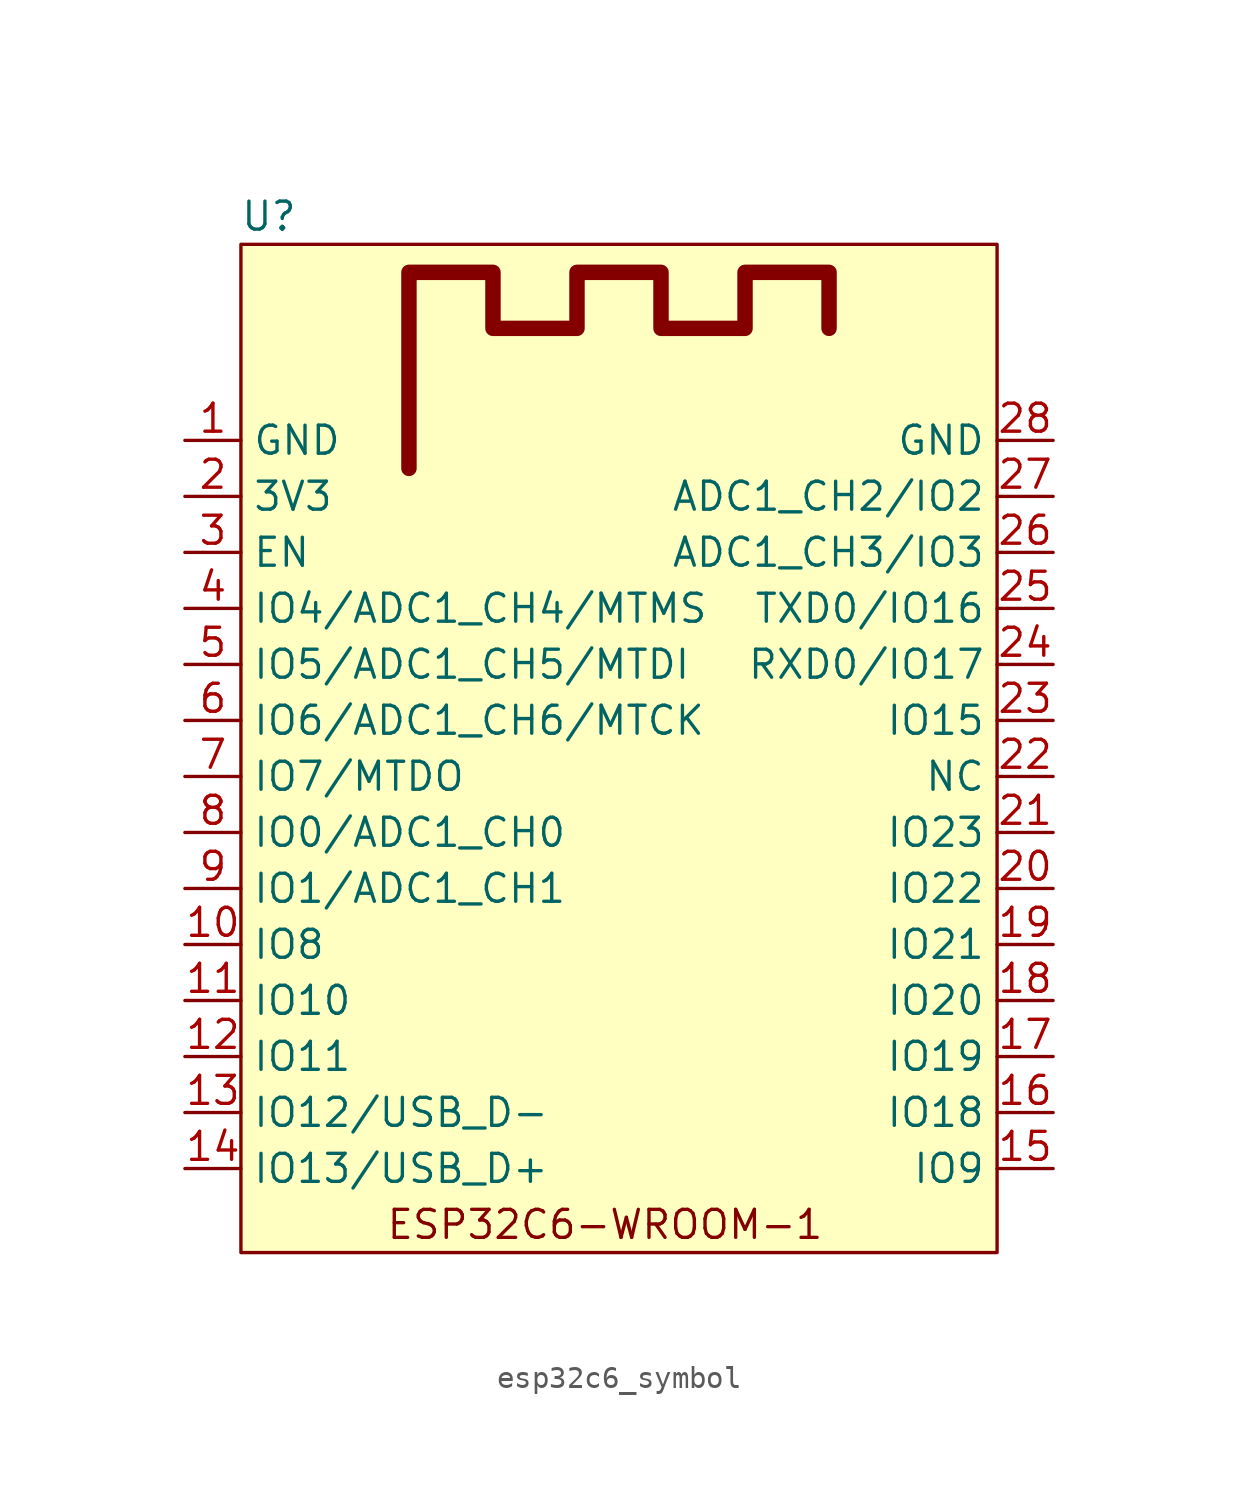
<source format=kicad_sym>
(kicad_symbol_lib
  (version 20220914)
  (generator kicad_symbol_editor)
  (symbol "esp32c6_symbol"
    (property "Reference" "U"
      (at 58.42 88.9 0)
      (effects (font (size 1.27 1.27))))
    (property "Value" ""
      (at 68.58 77.47 0)
      (effects (font (size 1.27 1.27))))
    (symbol "esp32c6_symbol_1_1"
      (polyline (pts (xy 64.77 77.47) (xy 64.77 86.36) (xy 68.58 86.36) (xy 68.58 83.82) (xy 72.39 83.82) (xy 72.39 86.36) (xy 76.2 86.36) (xy 76.2 83.82) (xy 80.01 83.82) (xy 80.01 86.36) (xy 83.82 86.36) (xy 83.82 83.82)) (stroke (width 0.7) (type default)) (fill (type none)))
      (rectangle (start 57.15 87.63) (end 91.44 41.91) (stroke (width 0) (type default)) (fill (type background)))
      (text "ESP32C6-WROOM-1" (at 73.66 43.18 0) (effects (font (size 1.27 1.27))))
      (pin input line (at 54.61 78.74 0) (length 2.54) (name "GND" (effects (font (size 1.27 1.27)))) (number "1" (effects (font (size 1.27 1.27)))))
      (pin input line (at 54.61 55.88 0) (length 2.54) (name "IO8" (effects (font (size 1.27 1.27)))) (number "10" (effects (font (size 1.27 1.27)))))
      (pin input line (at 54.61 53.34 0) (length 2.54) (name "IO10" (effects (font (size 1.27 1.27)))) (number "11" (effects (font (size 1.27 1.27)))))
      (pin input line (at 54.61 50.8 0) (length 2.54) (name "IO11" (effects (font (size 1.27 1.27)))) (number "12" (effects (font (size 1.27 1.27)))))
      (pin input line (at 54.61 48.26 0) (length 2.54) (name "IO12/USB_D-" (effects (font (size 1.27 1.27)))) (number "13" (effects (font (size 1.27 1.27)))))
      (pin input line (at 54.61 45.72 0) (length 2.54) (name "IO13/USB_D+" (effects (font (size 1.27 1.27)))) (number "14" (effects (font (size 1.27 1.27)))))
      (pin input line (at 93.98 45.72 180) (length 2.54) (name "IO9" (effects (font (size 1.27 1.27)))) (number "15" (effects (font (size 1.27 1.27)))))
      (pin input line (at 93.98 48.26 180) (length 2.54) (name "IO18" (effects (font (size 1.27 1.27)))) (number "16" (effects (font (size 1.27 1.27)))))
      (pin input line (at 93.98 50.8 180) (length 2.54) (name "IO19" (effects (font (size 1.27 1.27)))) (number "17" (effects (font (size 1.27 1.27)))))
      (pin input line (at 93.98 53.34 180) (length 2.54) (name "IO20" (effects (font (size 1.27 1.27)))) (number "18" (effects (font (size 1.27 1.27)))))
      (pin input line (at 93.98 55.88 180) (length 2.54) (name "IO21" (effects (font (size 1.27 1.27)))) (number "19" (effects (font (size 1.27 1.27)))))
      (pin input line (at 54.61 76.2 0) (length 2.54) (name "3V3" (effects (font (size 1.27 1.27)))) (number "2" (effects (font (size 1.27 1.27)))))
      (pin input line (at 93.98 58.42 180) (length 2.54) (name "IO22" (effects (font (size 1.27 1.27)))) (number "20" (effects (font (size 1.27 1.27)))))
      (pin input line (at 93.98 60.96 180) (length 2.54) (name "IO23" (effects (font (size 1.27 1.27)))) (number "21" (effects (font (size 1.27 1.27)))))
      (pin input line (at 93.98 63.5 180) (length 2.54) (name "NC" (effects (font (size 1.27 1.27)))) (number "22" (effects (font (size 1.27 1.27)))))
      (pin input line (at 93.98 66.04 180) (length 2.54) (name "IO15" (effects (font (size 1.27 1.27)))) (number "23" (effects (font (size 1.27 1.27)))))
      (pin input line (at 93.98 68.58 180) (length 2.54) (name "RXD0/IO17" (effects (font (size 1.27 1.27)))) (number "24" (effects (font (size 1.27 1.27)))))
      (pin input line (at 93.98 71.12 180) (length 2.54) (name "TXD0/IO16" (effects (font (size 1.27 1.27)))) (number "25" (effects (font (size 1.27 1.27)))))
      (pin input line (at 93.98 73.66 180) (length 2.54) (name "ADC1_CH3/IO3" (effects (font (size 1.27 1.27)))) (number "26" (effects (font (size 1.27 1.27)))))
      (pin input line (at 93.98 76.2 180) (length 2.54) (name "ADC1_CH2/IO2" (effects (font (size 1.27 1.27)))) (number "27" (effects (font (size 1.27 1.27)))))
      (pin input line (at 93.98 78.74 180) (length 2.54) (name "GND" (effects (font (size 1.27 1.27)))) (number "28" (effects (font (size 1.27 1.27)))))
      (pin input line (at 54.61 73.66 0) (length 2.54) (name "EN" (effects (font (size 1.27 1.27)))) (number "3" (effects (font (size 1.27 1.27)))))
      (pin input line (at 54.61 71.12 0) (length 2.54) (name "IO4/ADC1_CH4/MTMS" (effects (font (size 1.27 1.27)))) (number "4" (effects (font (size 1.27 1.27)))))
      (pin input line (at 54.61 68.58 0) (length 2.54) (name "IO5/ADC1_CH5/MTDI" (effects (font (size 1.27 1.27)))) (number "5" (effects (font (size 1.27 1.27)))))
      (pin input line (at 54.61 66.04 0) (length 2.54) (name "IO6/ADC1_CH6/MTCK" (effects (font (size 1.27 1.27)))) (number "6" (effects (font (size 1.27 1.27)))))
      (pin input line (at 54.61 63.5 0) (length 2.54) (name "IO7/MTDO" (effects (font (size 1.27 1.27)))) (number "7" (effects (font (size 1.27 1.27)))))
      (pin input line (at 54.61 60.96 0) (length 2.54) (name "IO0/ADC1_CH0" (effects (font (size 1.27 1.27)))) (number "8" (effects (font (size 1.27 1.27)))))
      (pin input line (at 54.61 58.42 0) (length 2.54) (name "IO1/ADC1_CH1" (effects (font (size 1.27 1.27)))) (number "9" (effects (font (size 1.27 1.27))))))))
</source>
